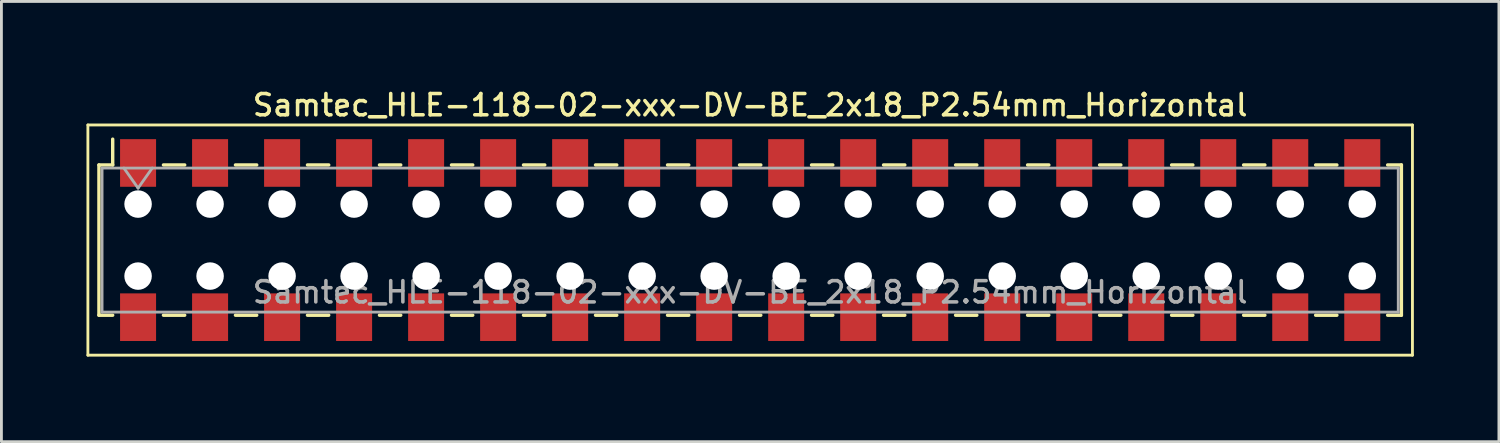
<source format=kicad_pcb>
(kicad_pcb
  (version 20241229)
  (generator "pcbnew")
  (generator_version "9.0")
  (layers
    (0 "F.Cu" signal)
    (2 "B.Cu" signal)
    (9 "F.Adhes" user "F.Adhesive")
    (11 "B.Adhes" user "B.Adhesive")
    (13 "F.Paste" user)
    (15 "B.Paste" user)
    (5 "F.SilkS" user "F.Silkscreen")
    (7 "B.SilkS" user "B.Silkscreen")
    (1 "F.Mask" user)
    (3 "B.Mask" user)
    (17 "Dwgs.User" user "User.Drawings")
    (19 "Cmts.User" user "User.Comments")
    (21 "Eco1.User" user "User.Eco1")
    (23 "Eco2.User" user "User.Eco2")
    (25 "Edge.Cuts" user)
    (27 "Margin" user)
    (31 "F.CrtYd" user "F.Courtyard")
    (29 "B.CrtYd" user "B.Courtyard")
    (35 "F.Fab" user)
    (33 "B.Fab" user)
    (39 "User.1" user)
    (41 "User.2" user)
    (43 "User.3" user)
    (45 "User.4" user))
  (footprint "Samtec_HLE-118-02-xxx-DV-BE_2x18_P2.54mm_Horizontal"
    (layer "F.Cu")
    (at 23.41 5.418)
    (property "Reference" "Samtec_HLE-118-02-xxx-DV-BE_2x18_P2.54mm_Horizontal" (at 0 -4.76 0) (layer "F.SilkS") (effects (font (size 0.75 0.75) (thickness 0.125))))
    (attr smd)
    (fp_line (start -23.36 -4.06) (end 23.36 -4.06) (stroke (width 0.1) (type solid)) (layer "F.SilkS"))
    (fp_line (start -23.36 4.06) (end -23.36 -4.06) (stroke (width 0.1) (type solid)) (layer "F.SilkS"))
    (fp_line (start -22.97 -2.65) (end -22.97 2.65) (stroke (width 0.12) (type solid)) (layer "F.SilkS"))
    (fp_line (start -22.97 2.65) (end -22.485 2.65) (stroke (width 0.12) (type solid)) (layer "F.SilkS"))
    (fp_line (start -22.485 -3.56) (end -22.485 -2.65) (stroke (width 0.12) (type solid)) (layer "F.SilkS"))
    (fp_line (start -22.485 -2.65) (end -22.97 -2.65) (stroke (width 0.12) (type solid)) (layer "F.SilkS"))
    (fp_line (start -20.695 -2.65) (end -19.945 -2.65) (stroke (width 0.12) (type solid)) (layer "F.SilkS"))
    (fp_line (start -20.695 2.65) (end -19.945 2.65) (stroke (width 0.12) (type solid)) (layer "F.SilkS"))
    (fp_line (start -18.155 -2.65) (end -17.405 -2.65) (stroke (width 0.12) (type solid)) (layer "F.SilkS"))
    (fp_line (start -18.155 2.65) (end -17.405 2.65) (stroke (width 0.12) (type solid)) (layer "F.SilkS"))
    (fp_line (start -15.615 -2.65) (end -14.865 -2.65) (stroke (width 0.12) (type solid)) (layer "F.SilkS"))
    (fp_line (start -15.615 2.65) (end -14.865 2.65) (stroke (width 0.12) (type solid)) (layer "F.SilkS"))
    (fp_line (start -13.075 -2.65) (end -12.325 -2.65) (stroke (width 0.12) (type solid)) (layer "F.SilkS"))
    (fp_line (start -13.075 2.65) (end -12.325 2.65) (stroke (width 0.12) (type solid)) (layer "F.SilkS"))
    (fp_line (start -10.535 -2.65) (end -9.785 -2.65) (stroke (width 0.12) (type solid)) (layer "F.SilkS"))
    (fp_line (start -10.535 2.65) (end -9.785 2.65) (stroke (width 0.12) (type solid)) (layer "F.SilkS"))
    (fp_line (start -7.995 -2.65) (end -7.245 -2.65) (stroke (width 0.12) (type solid)) (layer "F.SilkS"))
    (fp_line (start -7.995 2.65) (end -7.245 2.65) (stroke (width 0.12) (type solid)) (layer "F.SilkS"))
    (fp_line (start -5.455 -2.65) (end -4.705 -2.65) (stroke (width 0.12) (type solid)) (layer "F.SilkS"))
    (fp_line (start -5.455 2.65) (end -4.705 2.65) (stroke (width 0.12) (type solid)) (layer "F.SilkS"))
    (fp_line (start -2.915 -2.65) (end -2.165 -2.65) (stroke (width 0.12) (type solid)) (layer "F.SilkS"))
    (fp_line (start -2.915 2.65) (end -2.165 2.65) (stroke (width 0.12) (type solid)) (layer "F.SilkS"))
    (fp_line (start -0.375 -2.65) (end 0.375 -2.65) (stroke (width 0.12) (type solid)) (layer "F.SilkS"))
    (fp_line (start -0.375 2.65) (end 0.375 2.65) (stroke (width 0.12) (type solid)) (layer "F.SilkS"))
    (fp_line (start 2.165 -2.65) (end 2.915 -2.65) (stroke (width 0.12) (type solid)) (layer "F.SilkS"))
    (fp_line (start 2.165 2.65) (end 2.915 2.65) (stroke (width 0.12) (type solid)) (layer "F.SilkS"))
    (fp_line (start 4.705 -2.65) (end 5.455 -2.65) (stroke (width 0.12) (type solid)) (layer "F.SilkS"))
    (fp_line (start 4.705 2.65) (end 5.455 2.65) (stroke (width 0.12) (type solid)) (layer "F.SilkS"))
    (fp_line (start 7.245 -2.65) (end 7.995 -2.65) (stroke (width 0.12) (type solid)) (layer "F.SilkS"))
    (fp_line (start 7.245 2.65) (end 7.995 2.65) (stroke (width 0.12) (type solid)) (layer "F.SilkS"))
    (fp_line (start 9.785 -2.65) (end 10.535 -2.65) (stroke (width 0.12) (type solid)) (layer "F.SilkS"))
    (fp_line (start 9.785 2.65) (end 10.535 2.65) (stroke (width 0.12) (type solid)) (layer "F.SilkS"))
    (fp_line (start 12.325 -2.65) (end 13.075 -2.65) (stroke (width 0.12) (type solid)) (layer "F.SilkS"))
    (fp_line (start 12.325 2.65) (end 13.075 2.65) (stroke (width 0.12) (type solid)) (layer "F.SilkS"))
    (fp_line (start 14.865 -2.65) (end 15.615 -2.65) (stroke (width 0.12) (type solid)) (layer "F.SilkS"))
    (fp_line (start 14.865 2.65) (end 15.615 2.65) (stroke (width 0.12) (type solid)) (layer "F.SilkS"))
    (fp_line (start 17.405 -2.65) (end 18.155 -2.65) (stroke (width 0.12) (type solid)) (layer "F.SilkS"))
    (fp_line (start 17.405 2.65) (end 18.155 2.65) (stroke (width 0.12) (type solid)) (layer "F.SilkS"))
    (fp_line (start 19.945 -2.65) (end 20.695 -2.65) (stroke (width 0.12) (type solid)) (layer "F.SilkS"))
    (fp_line (start 19.945 2.65) (end 20.695 2.65) (stroke (width 0.12) (type solid)) (layer "F.SilkS"))
    (fp_line (start 22.485 -2.65) (end 22.97 -2.65) (stroke (width 0.12) (type solid)) (layer "F.SilkS"))
    (fp_line (start 22.97 -2.65) (end 22.97 2.65) (stroke (width 0.12) (type solid)) (layer "F.SilkS"))
    (fp_line (start 22.97 2.65) (end 22.485 2.65) (stroke (width 0.12) (type solid)) (layer "F.SilkS"))
    (fp_line (start 23.36 -4.06) (end 23.36 4.06) (stroke (width 0.1) (type solid)) (layer "F.SilkS"))
    (fp_line (start 23.36 4.06) (end -23.36 4.06) (stroke (width 0.1) (type solid)) (layer "F.SilkS"))
    (fp_line (start -22.86 -2.54) (end 22.86 -2.54) (stroke (width 0.1) (type solid)) (layer "F.Fab"))
    (fp_line (start -22.86 2.54) (end -22.86 -2.54) (stroke (width 0.1) (type solid)) (layer "F.Fab"))
    (fp_line (start -22.09 -2.54) (end -21.59 -1.833) (stroke (width 0.1) (type solid)) (layer "F.Fab"))
    (fp_line (start -21.59 -1.833) (end -21.09 -2.54) (stroke (width 0.1) (type solid)) (layer "F.Fab"))
    (fp_line (start 22.86 -2.54) (end 22.86 2.54) (stroke (width 0.1) (type solid)) (layer "F.Fab"))
    (fp_line (start 22.86 2.54) (end -22.86 2.54) (stroke (width 0.1) (type solid)) (layer "F.Fab"))
    (fp_text user "${REFERENCE}" (at 0 1.84 0) (layer "F.Fab") (effects (font (size 0.75 0.75) (thickness 0.125))))
    (pad "" np_thru_hole circle (at -21.59 -1.27) (size 0.97 0.97) (drill 0.97) (layers "*.Cu" "*.Mask"))
    (pad "" np_thru_hole circle (at -21.59 1.27) (size 0.97 0.97) (drill 0.97) (layers "*.Cu" "*.Mask"))
    (pad "" np_thru_hole circle (at -19.05 -1.27) (size 0.97 0.97) (drill 0.97) (layers "*.Cu" "*.Mask"))
    (pad "" np_thru_hole circle (at -19.05 1.27) (size 0.97 0.97) (drill 0.97) (layers "*.Cu" "*.Mask"))
    (pad "" np_thru_hole circle (at -16.51 -1.27) (size 0.97 0.97) (drill 0.97) (layers "*.Cu" "*.Mask"))
    (pad "" np_thru_hole circle (at -16.51 1.27) (size 0.97 0.97) (drill 0.97) (layers "*.Cu" "*.Mask"))
    (pad "" np_thru_hole circle (at -13.97 -1.27) (size 0.97 0.97) (drill 0.97) (layers "*.Cu" "*.Mask"))
    (pad "" np_thru_hole circle (at -13.97 1.27) (size 0.97 0.97) (drill 0.97) (layers "*.Cu" "*.Mask"))
    (pad "" np_thru_hole circle (at -11.43 -1.27) (size 0.97 0.97) (drill 0.97) (layers "*.Cu" "*.Mask"))
    (pad "" np_thru_hole circle (at -11.43 1.27) (size 0.97 0.97) (drill 0.97) (layers "*.Cu" "*.Mask"))
    (pad "" np_thru_hole circle (at -8.89 -1.27) (size 0.97 0.97) (drill 0.97) (layers "*.Cu" "*.Mask"))
    (pad "" np_thru_hole circle (at -8.89 1.27) (size 0.97 0.97) (drill 0.97) (layers "*.Cu" "*.Mask"))
    (pad "" np_thru_hole circle (at -6.35 -1.27) (size 0.97 0.97) (drill 0.97) (layers "*.Cu" "*.Mask"))
    (pad "" np_thru_hole circle (at -6.35 1.27) (size 0.97 0.97) (drill 0.97) (layers "*.Cu" "*.Mask"))
    (pad "" np_thru_hole circle (at -3.81 -1.27) (size 0.97 0.97) (drill 0.97) (layers "*.Cu" "*.Mask"))
    (pad "" np_thru_hole circle (at -3.81 1.27) (size 0.97 0.97) (drill 0.97) (layers "*.Cu" "*.Mask"))
    (pad "" np_thru_hole circle (at -1.27 -1.27) (size 0.97 0.97) (drill 0.97) (layers "*.Cu" "*.Mask"))
    (pad "" np_thru_hole circle (at -1.27 1.27) (size 0.97 0.97) (drill 0.97) (layers "*.Cu" "*.Mask"))
    (pad "" np_thru_hole circle (at 1.27 -1.27) (size 0.97 0.97) (drill 0.97) (layers "*.Cu" "*.Mask"))
    (pad "" np_thru_hole circle (at 1.27 1.27) (size 0.97 0.97) (drill 0.97) (layers "*.Cu" "*.Mask"))
    (pad "" np_thru_hole circle (at 3.81 -1.27) (size 0.97 0.97) (drill 0.97) (layers "*.Cu" "*.Mask"))
    (pad "" np_thru_hole circle (at 3.81 1.27) (size 0.97 0.97) (drill 0.97) (layers "*.Cu" "*.Mask"))
    (pad "" np_thru_hole circle (at 6.35 -1.27) (size 0.97 0.97) (drill 0.97) (layers "*.Cu" "*.Mask"))
    (pad "" np_thru_hole circle (at 6.35 1.27) (size 0.97 0.97) (drill 0.97) (layers "*.Cu" "*.Mask"))
    (pad "" np_thru_hole circle (at 8.89 -1.27) (size 0.97 0.97) (drill 0.97) (layers "*.Cu" "*.Mask"))
    (pad "" np_thru_hole circle (at 8.89 1.27) (size 0.97 0.97) (drill 0.97) (layers "*.Cu" "*.Mask"))
    (pad "" np_thru_hole circle (at 11.43 -1.27) (size 0.97 0.97) (drill 0.97) (layers "*.Cu" "*.Mask"))
    (pad "" np_thru_hole circle (at 11.43 1.27) (size 0.97 0.97) (drill 0.97) (layers "*.Cu" "*.Mask"))
    (pad "" np_thru_hole circle (at 13.97 -1.27) (size 0.97 0.97) (drill 0.97) (layers "*.Cu" "*.Mask"))
    (pad "" np_thru_hole circle (at 13.97 1.27) (size 0.97 0.97) (drill 0.97) (layers "*.Cu" "*.Mask"))
    (pad "" np_thru_hole circle (at 16.51 -1.27) (size 0.97 0.97) (drill 0.97) (layers "*.Cu" "*.Mask"))
    (pad "" np_thru_hole circle (at 16.51 1.27) (size 0.97 0.97) (drill 0.97) (layers "*.Cu" "*.Mask"))
    (pad "" np_thru_hole circle (at 19.05 -1.27) (size 0.97 0.97) (drill 0.97) (layers "*.Cu" "*.Mask"))
    (pad "" np_thru_hole circle (at 19.05 1.27) (size 0.97 0.97) (drill 0.97) (layers "*.Cu" "*.Mask"))
    (pad "" np_thru_hole circle (at 21.59 -1.27) (size 0.97 0.97) (drill 0.97) (layers "*.Cu" "*.Mask"))
    (pad "" np_thru_hole circle (at 21.59 1.27) (size 0.97 0.97) (drill 0.97) (layers "*.Cu" "*.Mask"))
    (pad "1" smd rect (at -21.59 -2.72) (size 1.27 1.68) (layers "F.Cu" "F.Mask" "F.Paste"))
    (pad "2" smd rect (at -21.59 2.72) (size 1.27 1.68) (layers "F.Cu" "F.Mask" "F.Paste"))
    (pad "3" smd rect (at -19.05 -2.72) (size 1.27 1.68) (layers "F.Cu" "F.Mask" "F.Paste"))
    (pad "4" smd rect (at -19.05 2.72) (size 1.27 1.68) (layers "F.Cu" "F.Mask" "F.Paste"))
    (pad "5" smd rect (at -16.51 -2.72) (size 1.27 1.68) (layers "F.Cu" "F.Mask" "F.Paste"))
    (pad "6" smd rect (at -16.51 2.72) (size 1.27 1.68) (layers "F.Cu" "F.Mask" "F.Paste"))
    (pad "7" smd rect (at -13.97 -2.72) (size 1.27 1.68) (layers "F.Cu" "F.Mask" "F.Paste"))
    (pad "8" smd rect (at -13.97 2.72) (size 1.27 1.68) (layers "F.Cu" "F.Mask" "F.Paste"))
    (pad "9" smd rect (at -11.43 -2.72) (size 1.27 1.68) (layers "F.Cu" "F.Mask" "F.Paste"))
    (pad "10" smd rect (at -11.43 2.72) (size 1.27 1.68) (layers "F.Cu" "F.Mask" "F.Paste"))
    (pad "11" smd rect (at -8.89 -2.72) (size 1.27 1.68) (layers "F.Cu" "F.Mask" "F.Paste"))
    (pad "12" smd rect (at -8.89 2.72) (size 1.27 1.68) (layers "F.Cu" "F.Mask" "F.Paste"))
    (pad "13" smd rect (at -6.35 -2.72) (size 1.27 1.68) (layers "F.Cu" "F.Mask" "F.Paste"))
    (pad "14" smd rect (at -6.35 2.72) (size 1.27 1.68) (layers "F.Cu" "F.Mask" "F.Paste"))
    (pad "15" smd rect (at -3.81 -2.72) (size 1.27 1.68) (layers "F.Cu" "F.Mask" "F.Paste"))
    (pad "16" smd rect (at -3.81 2.72) (size 1.27 1.68) (layers "F.Cu" "F.Mask" "F.Paste"))
    (pad "17" smd rect (at -1.27 -2.72) (size 1.27 1.68) (layers "F.Cu" "F.Mask" "F.Paste"))
    (pad "18" smd rect (at -1.27 2.72) (size 1.27 1.68) (layers "F.Cu" "F.Mask" "F.Paste"))
    (pad "19" smd rect (at 1.27 -2.72) (size 1.27 1.68) (layers "F.Cu" "F.Mask" "F.Paste"))
    (pad "20" smd rect (at 1.27 2.72) (size 1.27 1.68) (layers "F.Cu" "F.Mask" "F.Paste"))
    (pad "21" smd rect (at 3.81 -2.72) (size 1.27 1.68) (layers "F.Cu" "F.Mask" "F.Paste"))
    (pad "22" smd rect (at 3.81 2.72) (size 1.27 1.68) (layers "F.Cu" "F.Mask" "F.Paste"))
    (pad "23" smd rect (at 6.35 -2.72) (size 1.27 1.68) (layers "F.Cu" "F.Mask" "F.Paste"))
    (pad "24" smd rect (at 6.35 2.72) (size 1.27 1.68) (layers "F.Cu" "F.Mask" "F.Paste"))
    (pad "25" smd rect (at 8.89 -2.72) (size 1.27 1.68) (layers "F.Cu" "F.Mask" "F.Paste"))
    (pad "26" smd rect (at 8.89 2.72) (size 1.27 1.68) (layers "F.Cu" "F.Mask" "F.Paste"))
    (pad "27" smd rect (at 11.43 -2.72) (size 1.27 1.68) (layers "F.Cu" "F.Mask" "F.Paste"))
    (pad "28" smd rect (at 11.43 2.72) (size 1.27 1.68) (layers "F.Cu" "F.Mask" "F.Paste"))
    (pad "29" smd rect (at 13.97 -2.72) (size 1.27 1.68) (layers "F.Cu" "F.Mask" "F.Paste"))
    (pad "30" smd rect (at 13.97 2.72) (size 1.27 1.68) (layers "F.Cu" "F.Mask" "F.Paste"))
    (pad "31" smd rect (at 16.51 -2.72) (size 1.27 1.68) (layers "F.Cu" "F.Mask" "F.Paste"))
    (pad "32" smd rect (at 16.51 2.72) (size 1.27 1.68) (layers "F.Cu" "F.Mask" "F.Paste"))
    (pad "33" smd rect (at 19.05 -2.72) (size 1.27 1.68) (layers "F.Cu" "F.Mask" "F.Paste"))
    (pad "34" smd rect (at 19.05 2.72) (size 1.27 1.68) (layers "F.Cu" "F.Mask" "F.Paste"))
    (pad "35" smd rect (at 21.59 -2.72) (size 1.27 1.68) (layers "F.Cu" "F.Mask" "F.Paste"))
    (pad "36" smd rect (at 21.59 2.72) (size 1.27 1.68) (layers "F.Cu" "F.Mask" "F.Paste")))
  (gr_rect
    (start -3 -3)
    (end 49.82 12.528)
    (stroke (width 0.1) (type default))
    (fill no)
    (layer "Edge.Cuts")))
</source>
